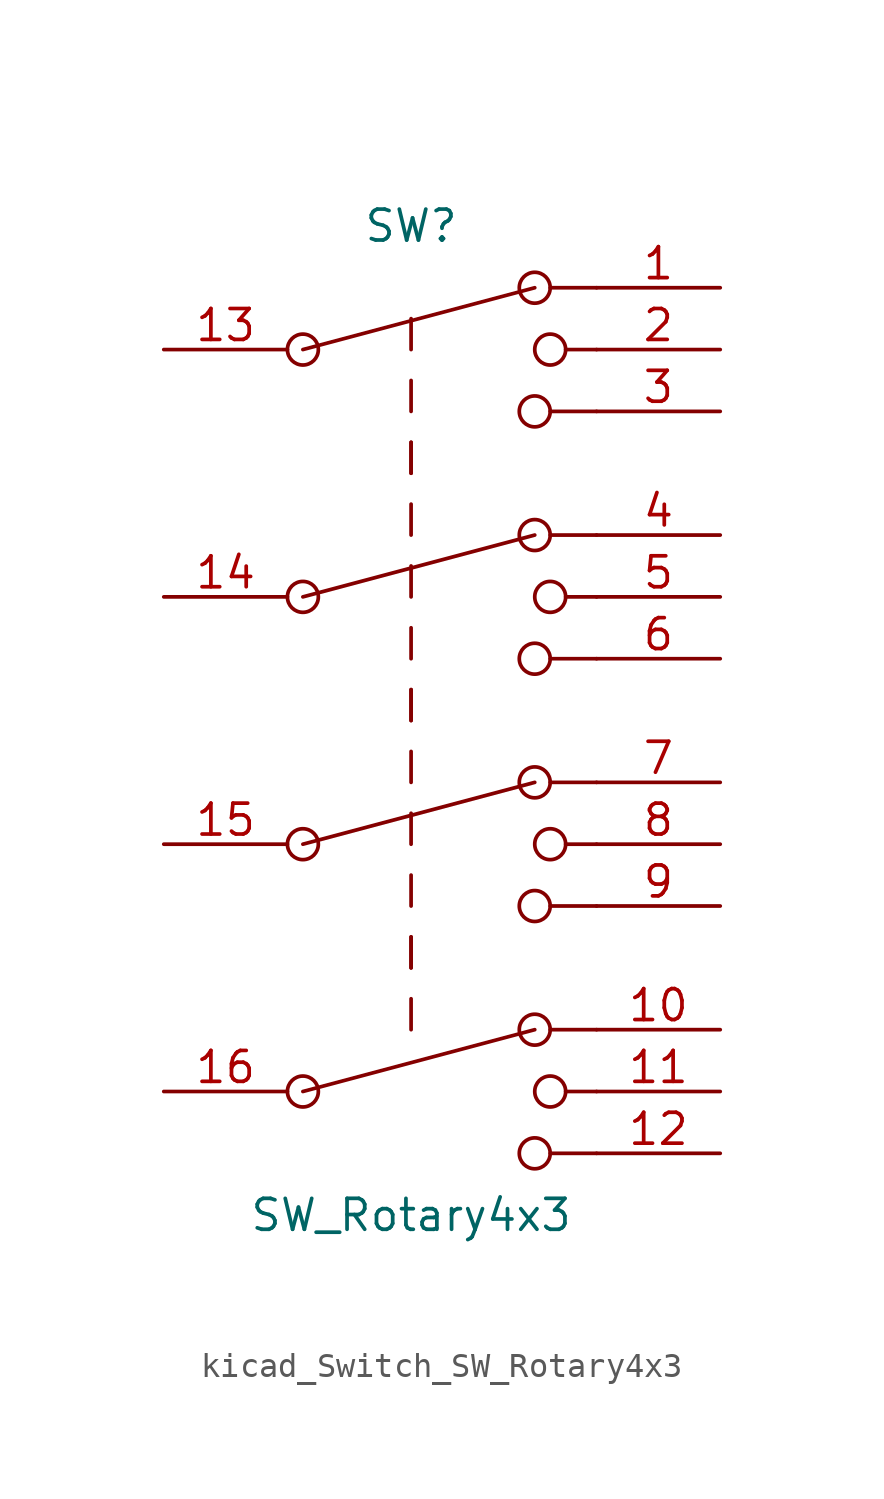
<source format=kicad_sym>
(kicad_symbol_lib
  (version 20220914)
  (generator kicad_symbol_editor)
  (symbol "kicad_Switch_SW_Rotary4x3"
    (pin_names
      (offset 1.016) hide)
    (property "Reference" "SW"
      (at 0 20.32 0)
      (effects (font (size 1.27 1.27))))
    (property "Value" "SW_Rotary4x3"
      (at 0 -20.32 0)
      (effects (font (size 1.27 1.27))))
    (symbol "kicad_Switch_SW_Rotary4x3_0_0"
      (circle (center -4.445 -15.24) (radius 0.635) (stroke (width 0) (type default)) (fill (type none)))
      (circle (center -4.445 -5.08) (radius 0.635) (stroke (width 0) (type default)) (fill (type none)))
      (circle (center -4.445 5.08) (radius 0.635) (stroke (width 0) (type default)) (fill (type none)))
      (circle (center -4.445 15.24) (radius 0.635) (stroke (width 0) (type default)) (fill (type none)))
      (polyline (pts (xy -4.445 -15.24) (xy 5.08 -12.7)) (stroke (width 0) (type default)) (fill (type none)))
      (polyline (pts (xy -4.445 -5.08) (xy 5.08 -2.54)) (stroke (width 0) (type default)) (fill (type none)))
      (polyline (pts (xy -4.445 5.08) (xy 5.08 7.62)) (stroke (width 0) (type default)) (fill (type none)))
      (polyline (pts (xy -4.445 15.24) (xy 5.08 17.78)) (stroke (width 0) (type default)) (fill (type none)))
      (polyline (pts (xy 0 -12.7) (xy 0 -11.43)) (stroke (width 0) (type default)) (fill (type none)))
      (polyline (pts (xy 0 -10.16) (xy 0 -8.89)) (stroke (width 0) (type default)) (fill (type none)))
      (polyline (pts (xy 0 -10.16) (xy 0 -8.89)) (stroke (width 0) (type default)) (fill (type none)))
      (polyline (pts (xy 0 -7.62) (xy 0 -6.35)) (stroke (width 0) (type default)) (fill (type none)))
      (polyline (pts (xy 0 -5.08) (xy 0 -3.81)) (stroke (width 0) (type default)) (fill (type none)))
      (polyline (pts (xy 0 -2.54) (xy 0 -1.27)) (stroke (width 0) (type default)) (fill (type none)))
      (polyline (pts (xy 0 0) (xy 0 1.27)) (stroke (width 0) (type default)) (fill (type none)))
      (polyline (pts (xy 0 0) (xy 0 1.27)) (stroke (width 0) (type default)) (fill (type none)))
      (polyline (pts (xy 0 2.54) (xy 0 3.81)) (stroke (width 0) (type default)) (fill (type none)))
      (polyline (pts (xy 0 5.08) (xy 0 6.35)) (stroke (width 0) (type default)) (fill (type none)))
      (polyline (pts (xy 0 7.62) (xy 0 8.89)) (stroke (width 0) (type default)) (fill (type none)))
      (polyline (pts (xy 0 10.16) (xy 0 11.43)) (stroke (width 0) (type default)) (fill (type none)))
      (polyline (pts (xy 0 10.16) (xy 0 11.43)) (stroke (width 0) (type default)) (fill (type none)))
      (polyline (pts (xy 0 12.7) (xy 0 13.97)) (stroke (width 0) (type default)) (fill (type none)))
      (polyline (pts (xy 0 15.24) (xy 0 16.51)) (stroke (width 0) (type default)) (fill (type none)))
      (polyline (pts (xy 5.715 -17.78) (xy 7.62 -17.78)) (stroke (width 0) (type default)) (fill (type none)))
      (polyline (pts (xy 5.715 -12.7) (xy 7.62 -12.7)) (stroke (width 0) (type default)) (fill (type none)))
      (polyline (pts (xy 5.715 -7.62) (xy 7.62 -7.62)) (stroke (width 0) (type default)) (fill (type none)))
      (polyline (pts (xy 5.715 -2.54) (xy 7.62 -2.54)) (stroke (width 0) (type default)) (fill (type none)))
      (polyline (pts (xy 5.715 2.54) (xy 7.62 2.54)) (stroke (width 0) (type default)) (fill (type none)))
      (polyline (pts (xy 5.715 7.62) (xy 7.62 7.62)) (stroke (width 0) (type default)) (fill (type none)))
      (polyline (pts (xy 5.715 12.7) (xy 7.62 12.7)) (stroke (width 0) (type default)) (fill (type none)))
      (polyline (pts (xy 5.715 17.78) (xy 7.62 17.78)) (stroke (width 0) (type default)) (fill (type none)))
      (polyline (pts (xy 6.35 -15.24) (xy 7.62 -15.24)) (stroke (width 0) (type default)) (fill (type none)))
      (polyline (pts (xy 6.35 -5.08) (xy 7.62 -5.08)) (stroke (width 0) (type default)) (fill (type none)))
      (polyline (pts (xy 6.35 5.08) (xy 7.62 5.08)) (stroke (width 0) (type default)) (fill (type none)))
      (polyline (pts (xy 6.35 15.24) (xy 7.62 15.24)) (stroke (width 0) (type default)) (fill (type none)))
      (circle (center 5.08 -17.78) (radius 0.635) (stroke (width 0) (type default)) (fill (type none)))
      (circle (center 5.08 -12.7) (radius 0.635) (stroke (width 0) (type default)) (fill (type none)))
      (circle (center 5.08 -7.62) (radius 0.635) (stroke (width 0) (type default)) (fill (type none)))
      (circle (center 5.08 -2.54) (radius 0.635) (stroke (width 0) (type default)) (fill (type none)))
      (circle (center 5.08 2.54) (radius 0.635) (stroke (width 0) (type default)) (fill (type none)))
      (circle (center 5.08 7.62) (radius 0.635) (stroke (width 0) (type default)) (fill (type none)))
      (circle (center 5.08 12.7) (radius 0.635) (stroke (width 0) (type default)) (fill (type none)))
      (circle (center 5.08 17.78) (radius 0.635) (stroke (width 0) (type default)) (fill (type none)))
      (circle (center 5.715 -15.24) (radius 0.635) (stroke (width 0) (type default)) (fill (type none)))
      (circle (center 5.715 -5.08) (radius 0.635) (stroke (width 0) (type default)) (fill (type none)))
      (circle (center 5.715 5.08) (radius 0.635) (stroke (width 0) (type default)) (fill (type none)))
      (circle (center 5.715 15.24) (radius 0.635) (stroke (width 0) (type default)) (fill (type none))))
    (symbol "kicad_Switch_SW_Rotary4x3_0_1"
      (pin passive line (at 12.7 17.78 180) (length 5.08) (name "1" (effects (font (size 1.27 1.27)))) (number "1" (effects (font (size 1.27 1.27)))))
      (pin passive line (at 12.7 -12.7 180) (length 5.08) (name "10" (effects (font (size 1.27 1.27)))) (number "10" (effects (font (size 1.27 1.27)))))
      (pin passive line (at 12.7 -15.24 180) (length 5.08) (name "11" (effects (font (size 1.27 1.27)))) (number "11" (effects (font (size 1.27 1.27)))))
      (pin passive line (at 12.7 -17.78 180) (length 5.08) (name "12" (effects (font (size 1.27 1.27)))) (number "12" (effects (font (size 1.27 1.27)))))
      (pin passive line (at -10.16 15.24 0) (length 5.08) (name "13" (effects (font (size 1.27 1.27)))) (number "13" (effects (font (size 1.27 1.27)))))
      (pin passive line (at -10.16 5.08 0) (length 5.08) (name "14" (effects (font (size 1.27 1.27)))) (number "14" (effects (font (size 1.27 1.27)))))
      (pin passive line (at -10.16 -5.08 0) (length 5.08) (name "15" (effects (font (size 1.27 1.27)))) (number "15" (effects (font (size 1.27 1.27)))))
      (pin passive line (at -10.16 -15.24 0) (length 5.08) (name "16" (effects (font (size 1.27 1.27)))) (number "16" (effects (font (size 1.27 1.27)))))
      (pin passive line (at 12.7 15.24 180) (length 5.08) (name "2" (effects (font (size 1.27 1.27)))) (number "2" (effects (font (size 1.27 1.27)))))
      (pin passive line (at 12.7 12.7 180) (length 5.08) (name "3" (effects (font (size 1.27 1.27)))) (number "3" (effects (font (size 1.27 1.27)))))
      (pin passive line (at 12.7 7.62 180) (length 5.08) (name "4" (effects (font (size 1.27 1.27)))) (number "4" (effects (font (size 1.27 1.27)))))
      (pin passive line (at 12.7 5.08 180) (length 5.08) (name "5" (effects (font (size 1.27 1.27)))) (number "5" (effects (font (size 1.27 1.27)))))
      (pin passive line (at 12.7 2.54 180) (length 5.08) (name "6" (effects (font (size 1.27 1.27)))) (number "6" (effects (font (size 1.27 1.27)))))
      (pin passive line (at 12.7 -2.54 180) (length 5.08) (name "7" (effects (font (size 1.27 1.27)))) (number "7" (effects (font (size 1.27 1.27)))))
      (pin passive line (at 12.7 -5.08 180) (length 5.08) (name "8" (effects (font (size 1.27 1.27)))) (number "8" (effects (font (size 1.27 1.27)))))
      (pin passive line (at 12.7 -7.62 180) (length 5.08) (name "9" (effects (font (size 1.27 1.27)))) (number "9" (effects (font (size 1.27 1.27))))))))
</source>
